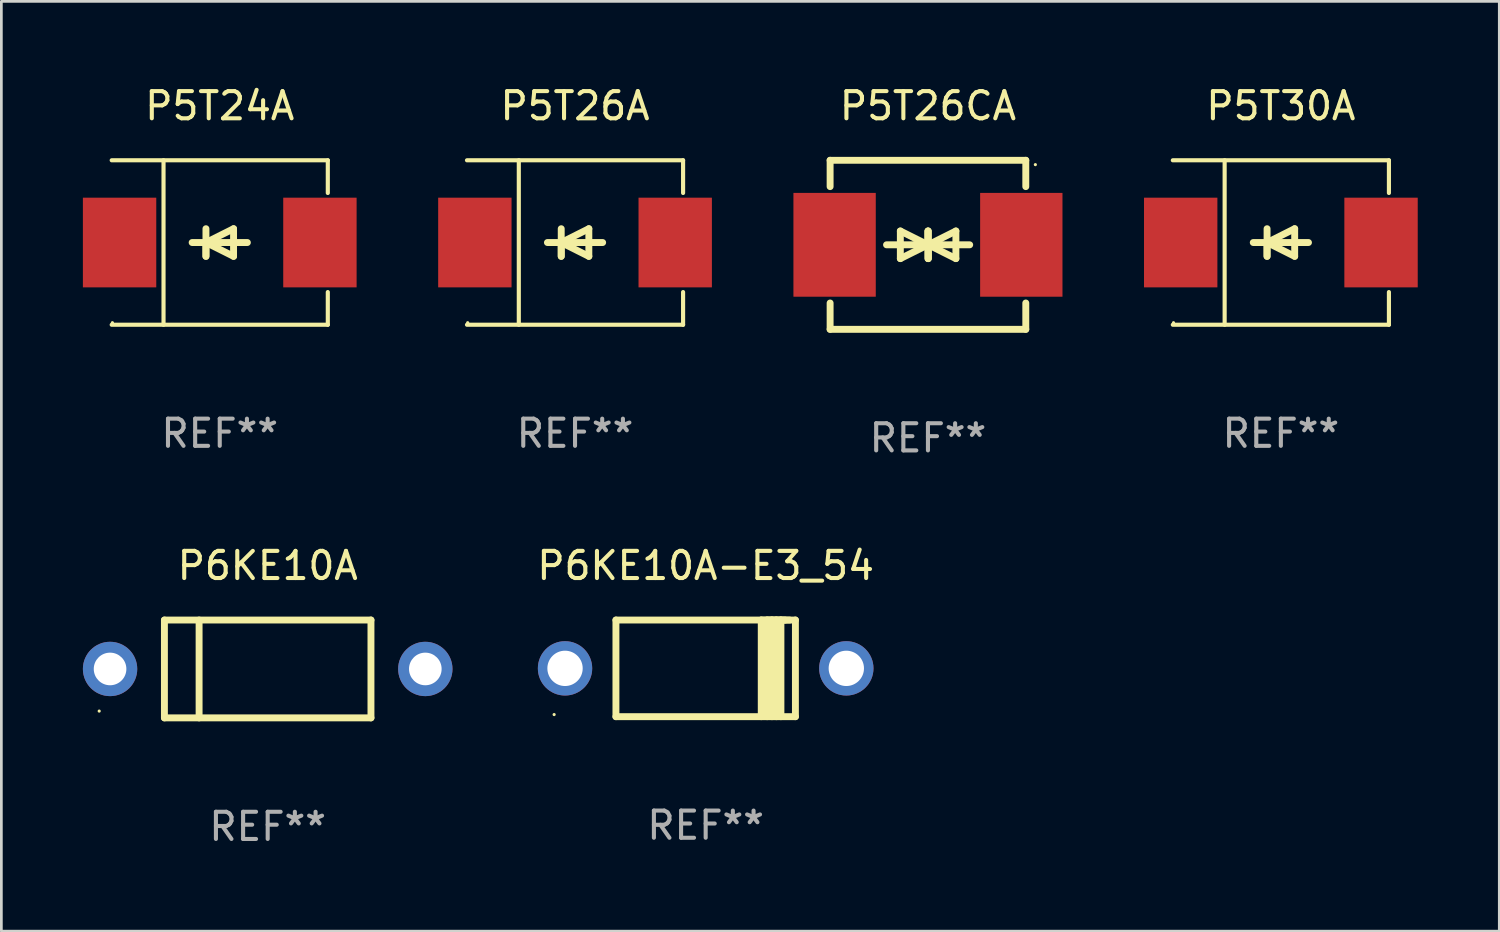
<source format=kicad_pcb>
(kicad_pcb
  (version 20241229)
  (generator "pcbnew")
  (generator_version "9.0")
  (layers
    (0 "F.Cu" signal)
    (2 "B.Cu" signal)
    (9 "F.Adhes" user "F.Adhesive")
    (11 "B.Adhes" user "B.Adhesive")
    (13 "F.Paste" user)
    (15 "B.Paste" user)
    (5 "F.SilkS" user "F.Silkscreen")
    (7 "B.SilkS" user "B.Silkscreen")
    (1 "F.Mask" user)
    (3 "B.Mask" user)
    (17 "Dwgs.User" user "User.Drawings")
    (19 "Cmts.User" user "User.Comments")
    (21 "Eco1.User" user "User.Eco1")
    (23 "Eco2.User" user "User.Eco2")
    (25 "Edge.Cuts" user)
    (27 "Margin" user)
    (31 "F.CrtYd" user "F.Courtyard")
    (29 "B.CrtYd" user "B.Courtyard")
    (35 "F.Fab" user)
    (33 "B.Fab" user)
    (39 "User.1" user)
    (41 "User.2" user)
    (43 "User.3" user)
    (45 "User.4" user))
  (footprint "P5T26CA"
    (layer "F.Cu")
    (at 31.095 5.958)
    (property "Reference" "P5T26CA" (at 0 -5.11 0) (layer "F.SilkS") (effects (font (size 1 1) (thickness 0.15))))
    (attr through_hole)
    (fp_line (start -3.6 -2.141) (end -3.6 -3.11) (stroke (width 0.254) (type solid)) (layer "F.SilkS"))
    (fp_line (start -3.6 3.11) (end -3.6 2.141) (stroke (width 0.254) (type solid)) (layer "F.SilkS"))
    (fp_line (start -1.524 0) (end 0.508 0) (stroke (width 0.254) (type solid)) (layer "F.SilkS"))
    (fp_line (start -1.016 -0.508) (end -1.016 0.508) (stroke (width 0.254) (type solid)) (layer "F.SilkS"))
    (fp_line (start -1.016 0.508) (end 0 0) (stroke (width 0.254) (type solid)) (layer "F.SilkS"))
    (fp_line (start 0 -0.508) (end 0 0.508) (stroke (width 0.254) (type solid)) (layer "F.SilkS"))
    (fp_line (start 0 0) (end -1.016 -0.508) (stroke (width 0.254) (type solid)) (layer "F.SilkS"))
    (fp_line (start 0 0) (end 0 -0.508) (stroke (width 0.254) (type solid)) (layer "F.SilkS"))
    (fp_line (start 0.012 0) (end 0.012 0.508) (stroke (width 0.254) (type solid)) (layer "F.SilkS"))
    (fp_line (start 0.012 0) (end 1.028 0.508) (stroke (width 0.254) (type solid)) (layer "F.SilkS"))
    (fp_line (start 0.012 0.508) (end 0.012 -0.508) (stroke (width 0.254) (type solid)) (layer "F.SilkS"))
    (fp_line (start 1.028 -0.508) (end 0.012 0) (stroke (width 0.254) (type solid)) (layer "F.SilkS"))
    (fp_line (start 1.028 0.508) (end 1.028 -0.508) (stroke (width 0.254) (type solid)) (layer "F.SilkS"))
    (fp_line (start 1.536 0) (end -0.496 0) (stroke (width 0.254) (type solid)) (layer "F.SilkS"))
    (fp_line (start 3.6 -3.11) (end -3.6 -3.11) (stroke (width 0.254) (type solid)) (layer "F.SilkS"))
    (fp_line (start 3.6 -2.141) (end 3.6 -3.11) (stroke (width 0.254) (type solid)) (layer "F.SilkS"))
    (fp_line (start 3.6 3.11) (end -3.6 3.11) (stroke (width 0.254) (type solid)) (layer "F.SilkS"))
    (fp_line (start 3.6 3.11) (end 3.6 2.141) (stroke (width 0.254) (type solid)) (layer "F.SilkS"))
    (fp_circle (center 3.952 -2.95) (end 3.982 -2.95) (stroke (width 0.06) (type solid)) (fill no) (layer "F.SilkS"))
    (fp_text user "REF**" (at 0 7.11 0) (layer "F.Fab") (effects (font (size 1 1) (thickness 0.15))))
    (pad "1" smd rect (at 3.435 0) (size 3.03 3.82) (layers "F.Cu" "F.Mask" "F.Paste"))
    (pad "2" smd rect (at -3.435 0) (size 3.03 3.82) (layers "F.Cu" "F.Mask" "F.Paste")))
  (footprint "P5T30A"
    (layer "F.Cu")
    (at 44.081 5.874)
    (property "Reference" "P5T30A" (at 0 -5.026 0) (layer "F.SilkS") (effects (font (size 1 1) (thickness 0.15))))
    (attr through_hole)
    (fp_line (start -3.976 -3.026) (end 3.976 -3.026) (stroke (width 0.152) (type solid)) (layer "F.SilkS"))
    (fp_line (start -3.976 3.026) (end 3.976 3.026) (stroke (width 0.152) (type solid)) (layer "F.SilkS"))
    (fp_line (start -2.069 -3.026) (end -2.069 3.026) (stroke (width 0.152) (type solid)) (layer "F.SilkS"))
    (fp_line (start -0.508 0) (end -0.508 0.508) (stroke (width 0.254) (type solid)) (layer "F.SilkS"))
    (fp_line (start -0.508 0) (end 0.508 0.508) (stroke (width 0.254) (type solid)) (layer "F.SilkS"))
    (fp_line (start -0.508 0.508) (end -0.508 -0.508) (stroke (width 0.254) (type solid)) (layer "F.SilkS"))
    (fp_line (start 0.508 -0.508) (end -0.508 0) (stroke (width 0.254) (type solid)) (layer "F.SilkS"))
    (fp_line (start 0.508 0.508) (end 0.508 -0.508) (stroke (width 0.254) (type solid)) (layer "F.SilkS"))
    (fp_line (start 1.016 0) (end -1.016 0) (stroke (width 0.254) (type solid)) (layer "F.SilkS"))
    (fp_line (start 3.976 -3.026) (end 3.976 -1.823) (stroke (width 0.152) (type solid)) (layer "F.SilkS"))
    (fp_line (start 3.976 3.026) (end 3.976 1.823) (stroke (width 0.152) (type solid)) (layer "F.SilkS"))
    (fp_circle (center -3.95 2.95) (end -3.92 2.95) (stroke (width 0.06) (type solid)) (fill no) (layer "F.SilkS"))
    (fp_text user "REF**" (at 0 7.026 0) (layer "F.Fab") (effects (font (size 1 1) (thickness 0.15))))
    (pad "1" smd rect (at -3.686 0) (size 2.7 3.3) (layers "F.Cu" "F.Mask" "F.Paste"))
    (pad "2" smd rect (at 3.686 0) (size 2.7 3.3) (layers "F.Cu" "F.Mask" "F.Paste")))
  (footprint "P5T24A"
    (layer "F.Cu")
    (at 5.036 5.874)
    (property "Reference" "P5T24A" (at 0 -5.026 0) (layer "F.SilkS") (effects (font (size 1 1) (thickness 0.15))))
    (attr through_hole)
    (fp_line (start -3.976 -3.026) (end 3.976 -3.026) (stroke (width 0.152) (type solid)) (layer "F.SilkS"))
    (fp_line (start -3.976 3.026) (end 3.976 3.026) (stroke (width 0.152) (type solid)) (layer "F.SilkS"))
    (fp_line (start -2.069 -3.026) (end -2.069 3.026) (stroke (width 0.152) (type solid)) (layer "F.SilkS"))
    (fp_line (start -0.508 0) (end -0.508 0.508) (stroke (width 0.254) (type solid)) (layer "F.SilkS"))
    (fp_line (start -0.508 0) (end 0.508 0.508) (stroke (width 0.254) (type solid)) (layer "F.SilkS"))
    (fp_line (start -0.508 0.508) (end -0.508 -0.508) (stroke (width 0.254) (type solid)) (layer "F.SilkS"))
    (fp_line (start 0.508 -0.508) (end -0.508 0) (stroke (width 0.254) (type solid)) (layer "F.SilkS"))
    (fp_line (start 0.508 0.508) (end 0.508 -0.508) (stroke (width 0.254) (type solid)) (layer "F.SilkS"))
    (fp_line (start 1.016 0) (end -1.016 0) (stroke (width 0.254) (type solid)) (layer "F.SilkS"))
    (fp_line (start 3.976 -3.026) (end 3.976 -1.823) (stroke (width 0.152) (type solid)) (layer "F.SilkS"))
    (fp_line (start 3.976 3.026) (end 3.976 1.823) (stroke (width 0.152) (type solid)) (layer "F.SilkS"))
    (fp_circle (center -3.95 2.95) (end -3.92 2.95) (stroke (width 0.06) (type solid)) (fill no) (layer "F.SilkS"))
    (fp_text user "REF**" (at 0 7.026 0) (layer "F.Fab") (effects (font (size 1 1) (thickness 0.15))))
    (pad "1" smd rect (at -3.686 0) (size 2.7 3.3) (layers "F.Cu" "F.Mask" "F.Paste"))
    (pad "2" smd rect (at 3.686 0) (size 2.7 3.3) (layers "F.Cu" "F.Mask" "F.Paste")))
  (footprint "P6KE10A"
    (layer "F.Cu")
    (at 6.8 21.565)
    (property "Reference" "P6KE10A" (at 0 -3.8 0) (layer "F.SilkS") (effects (font (size 1 1) (thickness 0.15))))
    (attr through_hole)
    (fp_line (start -3.8 -1.8) (end -3.8 1.8) (stroke (width 0.254) (type solid)) (layer "F.SilkS"))
    (fp_line (start -3.8 -1.8) (end 3.8 -1.8) (stroke (width 0.254) (type solid)) (layer "F.SilkS"))
    (fp_line (start -3.8 1.8) (end 3.8 1.8) (stroke (width 0.254) (type solid)) (layer "F.SilkS"))
    (fp_line (start -2.524 -1.8) (end -2.524 1.8) (stroke (width 0.254) (type solid)) (layer "F.SilkS"))
    (fp_line (start 3.8 -1.8) (end 3.8 1.8) (stroke (width 0.254) (type solid)) (layer "F.SilkS"))
    (fp_circle (center -6.2 1.55) (end -6.17 1.55) (stroke (width 0.06) (type solid)) (fill no) (layer "F.SilkS"))
    (fp_text user "REF**" (at 0 5.8 0) (layer "F.Fab") (effects (font (size 1 1) (thickness 0.15))))
    (pad "1" thru_hole circle (at -5.8 0) (size 2 2) (drill 1.2) (layers "*.Cu" "*.Mask"))
    (pad "2" thru_hole circle (at 5.8 0) (size 2 2) (drill 1.2) (layers "*.Cu" "*.Mask")))
  (footprint "P5T26A"
    (layer "F.Cu")
    (at 18.109 5.874)
    (property "Reference" "P5T26A" (at 0 -5.026 0) (layer "F.SilkS") (effects (font (size 1 1) (thickness 0.15))))
    (attr through_hole)
    (fp_line (start -3.976 -3.026) (end 3.976 -3.026) (stroke (width 0.152) (type solid)) (layer "F.SilkS"))
    (fp_line (start -3.976 3.026) (end 3.976 3.026) (stroke (width 0.152) (type solid)) (layer "F.SilkS"))
    (fp_line (start -2.069 -3.026) (end -2.069 3.026) (stroke (width 0.152) (type solid)) (layer "F.SilkS"))
    (fp_line (start -0.508 0) (end -0.508 0.508) (stroke (width 0.254) (type solid)) (layer "F.SilkS"))
    (fp_line (start -0.508 0) (end 0.508 0.508) (stroke (width 0.254) (type solid)) (layer "F.SilkS"))
    (fp_line (start -0.508 0.508) (end -0.508 -0.508) (stroke (width 0.254) (type solid)) (layer "F.SilkS"))
    (fp_line (start 0.508 -0.508) (end -0.508 0) (stroke (width 0.254) (type solid)) (layer "F.SilkS"))
    (fp_line (start 0.508 0.508) (end 0.508 -0.508) (stroke (width 0.254) (type solid)) (layer "F.SilkS"))
    (fp_line (start 1.016 0) (end -1.016 0) (stroke (width 0.254) (type solid)) (layer "F.SilkS"))
    (fp_line (start 3.976 -3.026) (end 3.976 -1.823) (stroke (width 0.152) (type solid)) (layer "F.SilkS"))
    (fp_line (start 3.976 3.026) (end 3.976 1.823) (stroke (width 0.152) (type solid)) (layer "F.SilkS"))
    (fp_circle (center -3.95 2.95) (end -3.92 2.95) (stroke (width 0.06) (type solid)) (fill no) (layer "F.SilkS"))
    (fp_text user "REF**" (at 0 7.026 0) (layer "F.Fab") (effects (font (size 1 1) (thickness 0.15))))
    (pad "1" smd rect (at -3.686 0) (size 2.7 3.3) (layers "F.Cu" "F.Mask" "F.Paste"))
    (pad "2" smd rect (at 3.686 0) (size 2.7 3.3) (layers "F.Cu" "F.Mask" "F.Paste")))
  (footprint "P6KE10A-E3_54"
    (layer "F.Cu")
    (at 22.916 21.543)
    (property "Reference" "P6KE10A-E3_54" (at 0 -3.778 0) (layer "F.SilkS") (effects (font (size 1 1) (thickness 0.15))))
    (attr through_hole)
    (fp_line (start -3.302 -1.778) (end -3.302 1.778) (stroke (width 0.254) (type solid)) (layer "F.SilkS"))
    (fp_line (start -3.302 1.778) (end 3.302 1.778) (stroke (width 0.254) (type solid)) (layer "F.SilkS"))
    (fp_line (start 2.045 -1.778) (end 2.045 1.778) (stroke (width 0.254) (type solid)) (layer "F.SilkS"))
    (fp_line (start 2.261 -1.778) (end 2.261 1.778) (stroke (width 0.254) (type solid)) (layer "F.SilkS"))
    (fp_line (start 2.421 -1.778) (end 2.045 -1.778) (stroke (width 0.254) (type solid)) (layer "F.SilkS"))
    (fp_line (start 2.439 -1.778) (end 2.439 1.778) (stroke (width 0.254) (type solid)) (layer "F.SilkS"))
    (fp_line (start 2.579 -1.778) (end 2.261 -1.778) (stroke (width 0.254) (type solid)) (layer "F.SilkS"))
    (fp_line (start 2.604 -1.778) (end 2.604 1.778) (stroke (width 0.254) (type solid)) (layer "F.SilkS"))
    (fp_line (start 2.757 -1.778) (end 2.439 -1.778) (stroke (width 0.254) (type solid)) (layer "F.SilkS"))
    (fp_line (start 2.769 -1.778) (end 2.769 1.778) (stroke (width 0.254) (type solid)) (layer "F.SilkS"))
    (fp_line (start 2.922 -1.778) (end 2.604 -1.778) (stroke (width 0.254) (type solid)) (layer "F.SilkS"))
    (fp_line (start 3.087 -1.778) (end 2.769 -1.778) (stroke (width 0.254) (type solid)) (layer "F.SilkS"))
    (fp_line (start 3.302 -1.778) (end -3.302 -1.778) (stroke (width 0.254) (type solid)) (layer "F.SilkS"))
    (fp_line (start 3.302 1.778) (end 3.302 -1.778) (stroke (width 0.254) (type solid)) (layer "F.SilkS"))
    (fp_circle (center -5.576 1.7) (end -5.546 1.7) (stroke (width 0.06) (type solid)) (fill no) (layer "F.SilkS"))
    (fp_text user "REF**" (at 0 5.778 0) (layer "F.Fab") (effects (font (size 1 1) (thickness 0.15))))
    (pad "1" thru_hole circle (at -5.175 0) (size 2 2) (drill 1.3) (layers "*.Cu" "*.Mask"))
    (pad "2" thru_hole circle (at 5.175 0) (size 2 2) (drill 1.3) (layers "*.Cu" "*.Mask")))
  (gr_rect
    (start -3 -3)
    (end 52.118 31.213)
    (stroke (width 0.1) (type default))
    (fill no)
    (layer "Edge.Cuts")))
</source>
